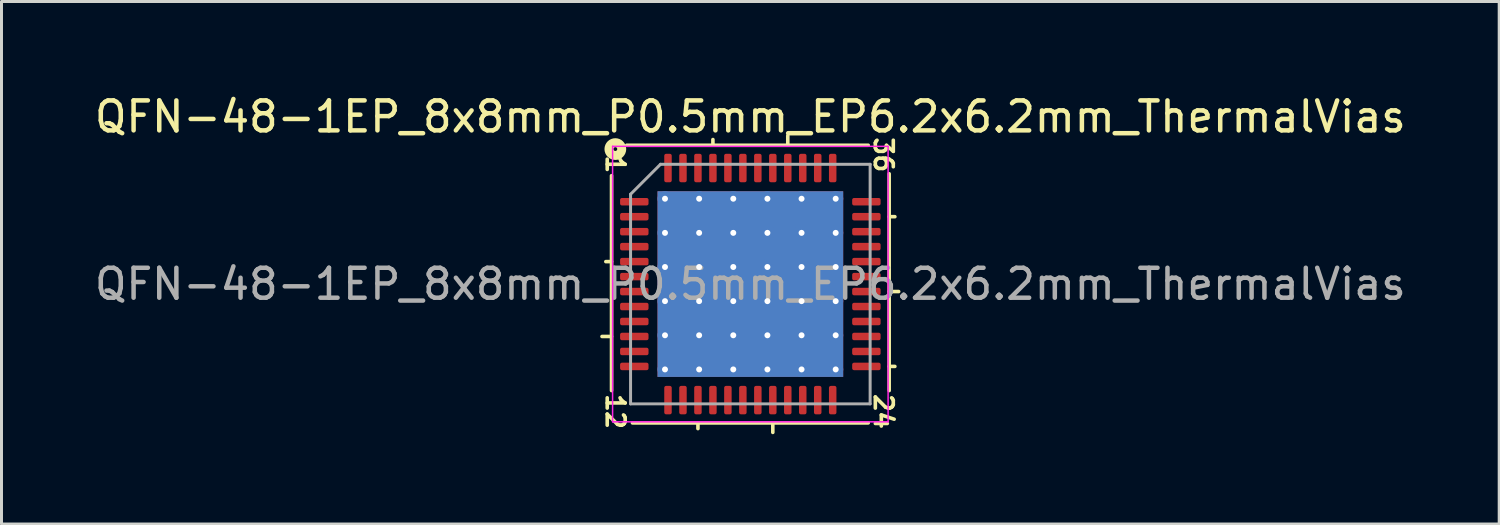
<source format=kicad_pcb>
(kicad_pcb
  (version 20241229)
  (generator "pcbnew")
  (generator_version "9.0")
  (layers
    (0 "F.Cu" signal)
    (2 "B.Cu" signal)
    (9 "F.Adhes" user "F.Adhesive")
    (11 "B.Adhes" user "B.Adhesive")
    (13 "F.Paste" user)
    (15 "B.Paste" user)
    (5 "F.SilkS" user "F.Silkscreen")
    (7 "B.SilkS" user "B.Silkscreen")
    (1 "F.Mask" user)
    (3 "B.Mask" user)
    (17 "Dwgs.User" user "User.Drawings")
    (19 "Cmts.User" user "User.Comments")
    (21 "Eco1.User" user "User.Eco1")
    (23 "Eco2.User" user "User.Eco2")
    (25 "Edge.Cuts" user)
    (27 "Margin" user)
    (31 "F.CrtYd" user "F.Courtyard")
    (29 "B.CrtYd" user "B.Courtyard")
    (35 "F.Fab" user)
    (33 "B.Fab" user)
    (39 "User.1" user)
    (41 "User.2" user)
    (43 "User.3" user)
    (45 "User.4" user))
  (footprint "QFN-48-1EP_8x8mm_P0.5mm_EP6.2x6.2mm_ThermalVias"
    (layer "F.Cu")
    (at 22.006 6.436)
    (property "Reference" "QFN-48-1EP_8x8mm_P0.5mm_EP6.2x6.2mm_ThermalVias" (at 0 -5.588 0) (layer "F.SilkS") (effects (font (size 1 1) (thickness 0.15))))
    (attr smd)
    (fp_line (start -4.636 -3.619) (end -4.636 3.556) (stroke (width 0.12) (type solid)) (layer "F.SilkS"))
    (fp_line (start -4.636 -0.75) (end -4.826 -0.75) (stroke (width 0.12) (type solid)) (layer "F.SilkS"))
    (fp_line (start -4.636 1.75) (end -4.953 1.75) (stroke (width 0.12) (type solid)) (layer "F.SilkS"))
    (fp_line (start -3.937 4.636) (end 3.937 4.636) (stroke (width 0.12) (type solid)) (layer "F.SilkS"))
    (fp_line (start -1.75 4.636) (end -1.75 4.826) (stroke (width 0.12) (type solid)) (layer "F.SilkS"))
    (fp_line (start -1.25 -4.636) (end -1.25 -4.826) (stroke (width 0.12) (type solid)) (layer "F.SilkS"))
    (fp_line (start 0.75 4.636) (end 0.75 4.953) (stroke (width 0.12) (type solid)) (layer "F.SilkS"))
    (fp_line (start 1.25 -4.636) (end 1.25 -4.953) (stroke (width 0.12) (type solid)) (layer "F.SilkS"))
    (fp_line (start 3.937 -4.636) (end -4.128 -4.636) (stroke (width 0.12) (type solid)) (layer "F.SilkS"))
    (fp_line (start 4.636 -2.25) (end 4.826 -2.25) (stroke (width 0.12) (type solid)) (layer "F.SilkS"))
    (fp_line (start 4.636 0.25) (end 4.953 0.25) (stroke (width 0.12) (type solid)) (layer "F.SilkS"))
    (fp_line (start 4.636 2.75) (end 4.826 2.75) (stroke (width 0.12) (type solid)) (layer "F.SilkS"))
    (fp_line (start 4.636 3.556) (end 4.636 -3.683) (stroke (width 0.12) (type solid)) (layer "F.SilkS"))
    (fp_circle (center -4.508 -4.508) (end -4.445 -4.508) (stroke (width 0.3) (type solid)) (fill no) (layer "F.SilkS"))
    (fp_line (start -4.6 -4.6) (end -4.6 4.6) (stroke (width 0.05) (type solid)) (layer "F.CrtYd"))
    (fp_line (start -4.6 4.6) (end 4.6 4.6) (stroke (width 0.05) (type solid)) (layer "F.CrtYd"))
    (fp_line (start 4.6 -4.6) (end -4.6 -4.6) (stroke (width 0.05) (type solid)) (layer "F.CrtYd"))
    (fp_line (start 4.6 4.6) (end 4.6 -4.6) (stroke (width 0.05) (type solid)) (layer "F.CrtYd"))
    (fp_line (start -4 -3) (end -3 -4) (stroke (width 0.1) (type solid)) (layer "F.Fab"))
    (fp_line (start -4 4) (end -4 -3) (stroke (width 0.1) (type solid)) (layer "F.Fab"))
    (fp_line (start -3 -4) (end 4 -4) (stroke (width 0.1) (type solid)) (layer "F.Fab"))
    (fp_line (start 4 -4) (end 4 4) (stroke (width 0.1) (type solid)) (layer "F.Fab"))
    (fp_line (start 4 4) (end -4 4) (stroke (width 0.1) (type solid)) (layer "F.Fab"))
    (fp_text user "12" (at -4.508 4.255 270) (unlocked yes) (layer "F.SilkS") (effects (font (size 0.6 0.6) (thickness 0.12))))
    (fp_text user "24" (at 4.445 4.255 270) (unlocked yes) (layer "F.SilkS") (effects (font (size 0.6 0.6) (thickness 0.12))))
    (fp_text user "36" (at 4.445 -4.318 270) (unlocked yes) (layer "F.SilkS") (effects (font (size 0.6 0.6) (thickness 0.12))))
    (fp_text user "1" (at -4.508 -4 270) (unlocked yes) (layer "F.SilkS") (effects (font (size 0.6 0.6) (thickness 0.12))))
    (fp_text user "${REFERENCE}" (at 0 0 0) (layer "F.Fab") (effects (font (size 1 1) (thickness 0.15))))
    (pad "" smd roundrect (at -2.28 -2.28) (size 0.961 0.961) (layers "F.Paste") (roundrect_rratio 0.25))
    (pad "" smd roundrect (at -2.28 -1.14) (size 0.961 0.961) (layers "F.Paste") (roundrect_rratio 0.25))
    (pad "" smd roundrect (at -2.28 0) (size 0.961 0.961) (layers "F.Paste") (roundrect_rratio 0.25))
    (pad "" smd roundrect (at -2.28 1.14) (size 0.961 0.961) (layers "F.Paste") (roundrect_rratio 0.25))
    (pad "" smd roundrect (at -2.28 2.28) (size 0.961 0.961) (layers "F.Paste") (roundrect_rratio 0.25))
    (pad "" smd roundrect (at -1.14 -2.28) (size 0.961 0.961) (layers "F.Paste") (roundrect_rratio 0.25))
    (pad "" smd roundrect (at -1.14 -1.14) (size 0.961 0.961) (layers "F.Paste") (roundrect_rratio 0.25))
    (pad "" smd roundrect (at -1.14 0) (size 0.961 0.961) (layers "F.Paste") (roundrect_rratio 0.25))
    (pad "" smd roundrect (at -1.14 1.14) (size 0.961 0.961) (layers "F.Paste") (roundrect_rratio 0.25))
    (pad "" smd roundrect (at -1.14 2.28) (size 0.961 0.961) (layers "F.Paste") (roundrect_rratio 0.25))
    (pad "" smd roundrect (at 0 -2.28) (size 0.961 0.961) (layers "F.Paste") (roundrect_rratio 0.25))
    (pad "" smd roundrect (at 0 -1.14) (size 0.961 0.961) (layers "F.Paste") (roundrect_rratio 0.25))
    (pad "" smd roundrect (at 0 0) (size 0.961 0.961) (layers "F.Paste") (roundrect_rratio 0.25))
    (pad "" smd roundrect (at 0 1.14) (size 0.961 0.961) (layers "F.Paste") (roundrect_rratio 0.25))
    (pad "" smd roundrect (at 0 2.28) (size 0.961 0.961) (layers "F.Paste") (roundrect_rratio 0.25))
    (pad "" smd roundrect (at 1.14 -2.28) (size 0.961 0.961) (layers "F.Paste") (roundrect_rratio 0.25))
    (pad "" smd roundrect (at 1.14 -1.14) (size 0.961 0.961) (layers "F.Paste") (roundrect_rratio 0.25))
    (pad "" smd roundrect (at 1.14 0) (size 0.961 0.961) (layers "F.Paste") (roundrect_rratio 0.25))
    (pad "" smd roundrect (at 1.14 1.14) (size 0.961 0.961) (layers "F.Paste") (roundrect_rratio 0.25))
    (pad "" smd roundrect (at 1.14 2.28) (size 0.961 0.961) (layers "F.Paste") (roundrect_rratio 0.25))
    (pad "" smd roundrect (at 2.28 -2.28) (size 0.961 0.961) (layers "F.Paste") (roundrect_rratio 0.25))
    (pad "" smd roundrect (at 2.28 -1.14) (size 0.961 0.961) (layers "F.Paste") (roundrect_rratio 0.25))
    (pad "" smd roundrect (at 2.28 0) (size 0.961 0.961) (layers "F.Paste") (roundrect_rratio 0.25))
    (pad "" smd roundrect (at 2.28 1.14) (size 0.961 0.961) (layers "F.Paste") (roundrect_rratio 0.25))
    (pad "" smd roundrect (at 2.28 2.28) (size 0.961 0.961) (layers "F.Paste") (roundrect_rratio 0.25))
    (pad "1" smd roundrect (at -3.875 -2.75) (size 0.95 0.25) (layers "F.Cu" "F.Mask" "F.Paste") (roundrect_rratio 0.25))
    (pad "2" smd roundrect (at -3.875 -2.25) (size 0.95 0.25) (layers "F.Cu" "F.Mask" "F.Paste") (roundrect_rratio 0.25))
    (pad "3" smd roundrect (at -3.875 -1.75) (size 0.95 0.25) (layers "F.Cu" "F.Mask" "F.Paste") (roundrect_rratio 0.25))
    (pad "4" smd roundrect (at -3.875 -1.25) (size 0.95 0.25) (layers "F.Cu" "F.Mask" "F.Paste") (roundrect_rratio 0.25))
    (pad "5" smd roundrect (at -3.875 -0.75) (size 0.95 0.25) (layers "F.Cu" "F.Mask" "F.Paste") (roundrect_rratio 0.25))
    (pad "6" smd roundrect (at -3.875 -0.25) (size 0.95 0.25) (layers "F.Cu" "F.Mask" "F.Paste") (roundrect_rratio 0.25))
    (pad "7" smd roundrect (at -3.875 0.25) (size 0.95 0.25) (layers "F.Cu" "F.Mask" "F.Paste") (roundrect_rratio 0.25))
    (pad "8" smd roundrect (at -3.875 0.75) (size 0.95 0.25) (layers "F.Cu" "F.Mask" "F.Paste") (roundrect_rratio 0.25))
    (pad "9" smd roundrect (at -3.875 1.25) (size 0.95 0.25) (layers "F.Cu" "F.Mask" "F.Paste") (roundrect_rratio 0.25))
    (pad "10" smd roundrect (at -3.875 1.75) (size 0.95 0.25) (layers "F.Cu" "F.Mask" "F.Paste") (roundrect_rratio 0.25))
    (pad "11" smd roundrect (at -3.875 2.25) (size 0.95 0.25) (layers "F.Cu" "F.Mask" "F.Paste") (roundrect_rratio 0.25))
    (pad "12" smd roundrect (at -3.875 2.75) (size 0.95 0.25) (layers "F.Cu" "F.Mask" "F.Paste") (roundrect_rratio 0.25))
    (pad "13" smd roundrect (at -2.75 3.875) (size 0.25 0.95) (layers "F.Cu" "F.Mask" "F.Paste") (roundrect_rratio 0.25))
    (pad "14" smd roundrect (at -2.25 3.875) (size 0.25 0.95) (layers "F.Cu" "F.Mask" "F.Paste") (roundrect_rratio 0.25))
    (pad "15" smd roundrect (at -1.75 3.875) (size 0.25 0.95) (layers "F.Cu" "F.Mask" "F.Paste") (roundrect_rratio 0.25))
    (pad "16" smd roundrect (at -1.25 3.875) (size 0.25 0.95) (layers "F.Cu" "F.Mask" "F.Paste") (roundrect_rratio 0.25))
    (pad "17" smd roundrect (at -0.75 3.875) (size 0.25 0.95) (layers "F.Cu" "F.Mask" "F.Paste") (roundrect_rratio 0.25))
    (pad "18" smd roundrect (at -0.25 3.875) (size 0.25 0.95) (layers "F.Cu" "F.Mask" "F.Paste") (roundrect_rratio 0.25))
    (pad "19" smd roundrect (at 0.25 3.875) (size 0.25 0.95) (layers "F.Cu" "F.Mask" "F.Paste") (roundrect_rratio 0.25))
    (pad "20" smd roundrect (at 0.75 3.875) (size 0.25 0.95) (layers "F.Cu" "F.Mask" "F.Paste") (roundrect_rratio 0.25))
    (pad "21" smd roundrect (at 1.25 3.875) (size 0.25 0.95) (layers "F.Cu" "F.Mask" "F.Paste") (roundrect_rratio 0.25))
    (pad "22" smd roundrect (at 1.75 3.875) (size 0.25 0.95) (layers "F.Cu" "F.Mask" "F.Paste") (roundrect_rratio 0.25))
    (pad "23" smd roundrect (at 2.25 3.875) (size 0.25 0.95) (layers "F.Cu" "F.Mask" "F.Paste") (roundrect_rratio 0.25))
    (pad "24" smd roundrect (at 2.75 3.875) (size 0.25 0.95) (layers "F.Cu" "F.Mask" "F.Paste") (roundrect_rratio 0.25))
    (pad "25" smd roundrect (at 3.875 2.75) (size 0.95 0.25) (layers "F.Cu" "F.Mask" "F.Paste") (roundrect_rratio 0.25))
    (pad "26" smd roundrect (at 3.875 2.25) (size 0.95 0.25) (layers "F.Cu" "F.Mask" "F.Paste") (roundrect_rratio 0.25))
    (pad "27" smd roundrect (at 3.875 1.75) (size 0.95 0.25) (layers "F.Cu" "F.Mask" "F.Paste") (roundrect_rratio 0.25))
    (pad "28" smd roundrect (at 3.875 1.25) (size 0.95 0.25) (layers "F.Cu" "F.Mask" "F.Paste") (roundrect_rratio 0.25))
    (pad "29" smd roundrect (at 3.875 0.75) (size 0.95 0.25) (layers "F.Cu" "F.Mask" "F.Paste") (roundrect_rratio 0.25))
    (pad "30" smd roundrect (at 3.875 0.25) (size 0.95 0.25) (layers "F.Cu" "F.Mask" "F.Paste") (roundrect_rratio 0.25))
    (pad "31" smd roundrect (at 3.875 -0.25) (size 0.95 0.25) (layers "F.Cu" "F.Mask" "F.Paste") (roundrect_rratio 0.25))
    (pad "32" smd roundrect (at 3.875 -0.75) (size 0.95 0.25) (layers "F.Cu" "F.Mask" "F.Paste") (roundrect_rratio 0.25))
    (pad "33" smd roundrect (at 3.875 -1.25) (size 0.95 0.25) (layers "F.Cu" "F.Mask" "F.Paste") (roundrect_rratio 0.25))
    (pad "34" smd roundrect (at 3.875 -1.75) (size 0.95 0.25) (layers "F.Cu" "F.Mask" "F.Paste") (roundrect_rratio 0.25))
    (pad "35" smd roundrect (at 3.875 -2.25) (size 0.95 0.25) (layers "F.Cu" "F.Mask" "F.Paste") (roundrect_rratio 0.25))
    (pad "36" smd roundrect (at 3.875 -2.75) (size 0.95 0.25) (layers "F.Cu" "F.Mask" "F.Paste") (roundrect_rratio 0.25))
    (pad "37" smd roundrect (at 2.75 -3.875) (size 0.25 0.95) (layers "F.Cu" "F.Mask" "F.Paste") (roundrect_rratio 0.25))
    (pad "38" smd roundrect (at 2.25 -3.875) (size 0.25 0.95) (layers "F.Cu" "F.Mask" "F.Paste") (roundrect_rratio 0.25))
    (pad "39" smd roundrect (at 1.75 -3.875) (size 0.25 0.95) (layers "F.Cu" "F.Mask" "F.Paste") (roundrect_rratio 0.25))
    (pad "40" smd roundrect (at 1.25 -3.875) (size 0.25 0.95) (layers "F.Cu" "F.Mask" "F.Paste") (roundrect_rratio 0.25))
    (pad "41" smd roundrect (at 0.75 -3.875) (size 0.25 0.95) (layers "F.Cu" "F.Mask" "F.Paste") (roundrect_rratio 0.25))
    (pad "42" smd roundrect (at 0.25 -3.875) (size 0.25 0.95) (layers "F.Cu" "F.Mask" "F.Paste") (roundrect_rratio 0.25))
    (pad "43" smd roundrect (at -0.25 -3.875) (size 0.25 0.95) (layers "F.Cu" "F.Mask" "F.Paste") (roundrect_rratio 0.25))
    (pad "44" smd roundrect (at -0.75 -3.875) (size 0.25 0.95) (layers "F.Cu" "F.Mask" "F.Paste") (roundrect_rratio 0.25))
    (pad "45" smd roundrect (at -1.25 -3.875) (size 0.25 0.95) (layers "F.Cu" "F.Mask" "F.Paste") (roundrect_rratio 0.25))
    (pad "46" smd roundrect (at -1.75 -3.875) (size 0.25 0.95) (layers "F.Cu" "F.Mask" "F.Paste") (roundrect_rratio 0.25))
    (pad "47" smd roundrect (at -2.25 -3.875) (size 0.25 0.95) (layers "F.Cu" "F.Mask" "F.Paste") (roundrect_rratio 0.25))
    (pad "48" smd roundrect (at -2.75 -3.875) (size 0.25 0.95) (layers "F.Cu" "F.Mask" "F.Paste") (roundrect_rratio 0.25))
    (pad "49" thru_hole circle (at -2.85 -2.85) (size 0.5 0.5) (drill 0.2) (layers "*.Cu"))
    (pad "49" thru_hole circle (at -2.85 -1.71) (size 0.5 0.5) (drill 0.2) (layers "*.Cu"))
    (pad "49" thru_hole circle (at -2.85 -0.57) (size 0.5 0.5) (drill 0.2) (layers "*.Cu"))
    (pad "49" thru_hole circle (at -2.85 0.57) (size 0.5 0.5) (drill 0.2) (layers "*.Cu"))
    (pad "49" thru_hole circle (at -2.85 1.71) (size 0.5 0.5) (drill 0.2) (layers "*.Cu"))
    (pad "49" thru_hole circle (at -2.85 2.85) (size 0.5 0.5) (drill 0.2) (layers "*.Cu"))
    (pad "49" thru_hole circle (at -1.71 -2.85) (size 0.5 0.5) (drill 0.2) (layers "*.Cu"))
    (pad "49" thru_hole circle (at -1.71 -1.71) (size 0.5 0.5) (drill 0.2) (layers "*.Cu"))
    (pad "49" thru_hole circle (at -1.71 -0.57) (size 0.5 0.5) (drill 0.2) (layers "*.Cu"))
    (pad "49" thru_hole circle (at -1.71 0.57) (size 0.5 0.5) (drill 0.2) (layers "*.Cu"))
    (pad "49" thru_hole circle (at -1.71 1.71) (size 0.5 0.5) (drill 0.2) (layers "*.Cu"))
    (pad "49" thru_hole circle (at -1.71 2.85) (size 0.5 0.5) (drill 0.2) (layers "*.Cu"))
    (pad "49" thru_hole circle (at -0.57 -2.85) (size 0.5 0.5) (drill 0.2) (layers "*.Cu"))
    (pad "49" thru_hole circle (at -0.57 -1.71) (size 0.5 0.5) (drill 0.2) (layers "*.Cu"))
    (pad "49" thru_hole circle (at -0.57 -0.57) (size 0.5 0.5) (drill 0.2) (layers "*.Cu"))
    (pad "49" thru_hole circle (at -0.57 0.57) (size 0.5 0.5) (drill 0.2) (layers "*.Cu"))
    (pad "49" thru_hole circle (at -0.57 1.71) (size 0.5 0.5) (drill 0.2) (layers "*.Cu"))
    (pad "49" thru_hole circle (at -0.57 2.85) (size 0.5 0.5) (drill 0.2) (layers "*.Cu"))
    (pad "49" smd rect (at 0 0) (size 6.2 6.2) (layers "F.Cu" "F.Mask"))
    (pad "49" smd rect (at 0 0) (size 6.2 6.2) (layers "B.Cu" "B.Mask"))
    (pad "49" thru_hole circle (at 0.57 -2.85) (size 0.5 0.5) (drill 0.2) (layers "*.Cu"))
    (pad "49" thru_hole circle (at 0.57 -1.71) (size 0.5 0.5) (drill 0.2) (layers "*.Cu"))
    (pad "49" thru_hole circle (at 0.57 -0.57) (size 0.5 0.5) (drill 0.2) (layers "*.Cu"))
    (pad "49" thru_hole circle (at 0.57 0.57) (size 0.5 0.5) (drill 0.2) (layers "*.Cu"))
    (pad "49" thru_hole circle (at 0.57 1.71) (size 0.5 0.5) (drill 0.2) (layers "*.Cu"))
    (pad "49" thru_hole circle (at 0.57 2.85) (size 0.5 0.5) (drill 0.2) (layers "*.Cu"))
    (pad "49" thru_hole circle (at 1.71 -2.85) (size 0.5 0.5) (drill 0.2) (layers "*.Cu"))
    (pad "49" thru_hole circle (at 1.71 -1.71) (size 0.5 0.5) (drill 0.2) (layers "*.Cu"))
    (pad "49" thru_hole circle (at 1.71 -0.57) (size 0.5 0.5) (drill 0.2) (layers "*.Cu"))
    (pad "49" thru_hole circle (at 1.71 0.57) (size 0.5 0.5) (drill 0.2) (layers "*.Cu"))
    (pad "49" thru_hole circle (at 1.71 1.71) (size 0.5 0.5) (drill 0.2) (layers "*.Cu"))
    (pad "49" thru_hole circle (at 1.71 2.85) (size 0.5 0.5) (drill 0.2) (layers "*.Cu"))
    (pad "49" thru_hole circle (at 2.85 -2.85) (size 0.5 0.5) (drill 0.2) (layers "*.Cu"))
    (pad "49" thru_hole circle (at 2.85 -1.71) (size 0.5 0.5) (drill 0.2) (layers "*.Cu"))
    (pad "49" thru_hole circle (at 2.85 -0.57) (size 0.5 0.5) (drill 0.2) (layers "*.Cu"))
    (pad "49" thru_hole circle (at 2.85 0.57) (size 0.5 0.5) (drill 0.2) (layers "*.Cu"))
    (pad "49" thru_hole circle (at 2.85 1.71) (size 0.5 0.5) (drill 0.2) (layers "*.Cu"))
    (pad "49" thru_hole circle (at 2.85 2.85) (size 0.5 0.5) (drill 0.2) (layers "*.Cu")))
  (gr_rect
    (start -3 -3)
    (end 47.012 14.449)
    (stroke (width 0.1) (type default))
    (fill no)
    (layer "Edge.Cuts")))
</source>
